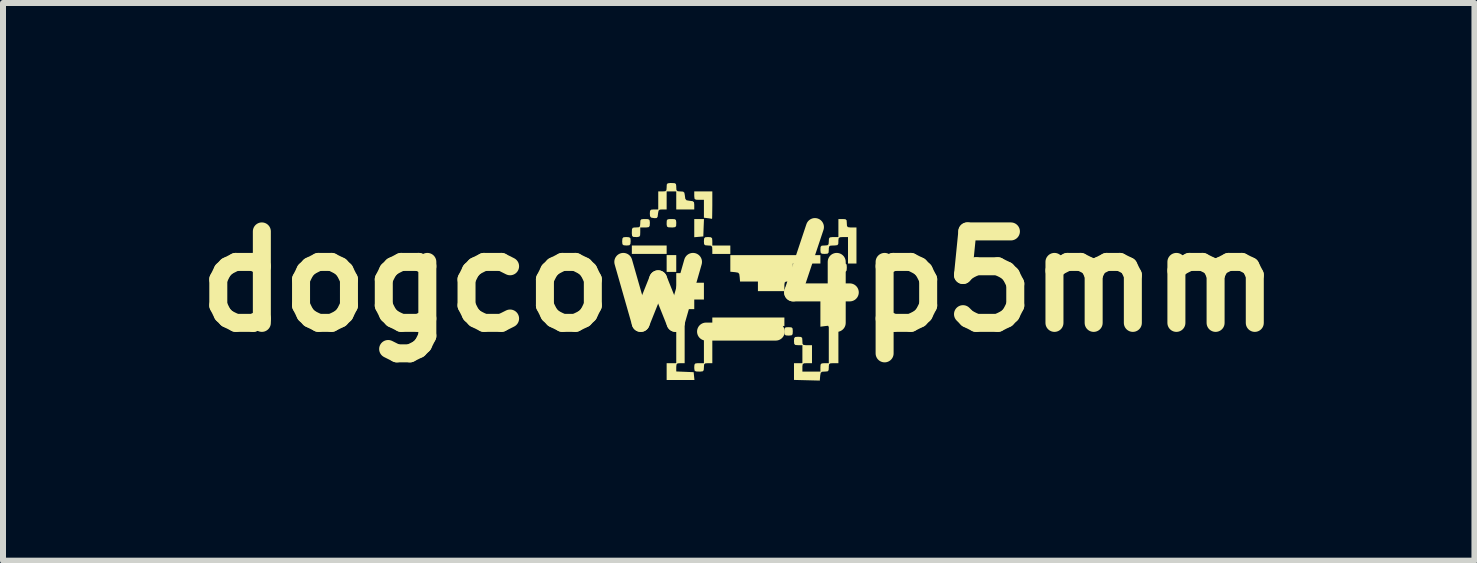
<source format=kicad_pcb>
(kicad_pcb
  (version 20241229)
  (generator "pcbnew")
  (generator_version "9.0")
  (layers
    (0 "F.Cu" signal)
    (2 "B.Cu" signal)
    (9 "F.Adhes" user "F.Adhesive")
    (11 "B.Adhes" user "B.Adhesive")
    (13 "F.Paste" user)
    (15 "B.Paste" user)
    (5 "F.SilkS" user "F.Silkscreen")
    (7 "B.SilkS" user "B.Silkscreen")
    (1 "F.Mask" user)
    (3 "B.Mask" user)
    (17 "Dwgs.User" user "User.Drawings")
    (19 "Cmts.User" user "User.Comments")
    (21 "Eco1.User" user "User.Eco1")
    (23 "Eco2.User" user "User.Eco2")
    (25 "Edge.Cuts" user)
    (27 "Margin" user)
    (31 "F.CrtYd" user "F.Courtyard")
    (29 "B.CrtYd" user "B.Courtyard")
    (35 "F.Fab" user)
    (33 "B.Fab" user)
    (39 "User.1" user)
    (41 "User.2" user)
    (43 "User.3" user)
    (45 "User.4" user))
  (footprint "dogcow_4p5mm"
    (layer "F.Cu")
    (at 9.26 1.641)
    (property "Reference" "dogcow_4p5mm" (at 0 0 0) (layer "F.SilkS") (effects (font (size 1.524 1.524) (thickness 0.3))))
    (attr board_only exclude_from_pos_files exclude_from_bom)
    (fp_poly (pts (xy -1.201 -0.46) (xy -1.781 -0.46) (xy -1.781 -0.6) (xy -1.201 -0.6)) (stroke (width 0) (type solid)) (fill yes) (layer "F.SilkS"))
    (fp_poly (pts (xy -1.041 -0.16) (xy -1.201 -0.16) (xy -1.201 -0.44) (xy -1.041 -0.44)) (stroke (width 0) (type solid)) (fill yes) (layer "F.SilkS"))
    (fp_poly (pts (xy 0.761 0.741) (xy -0.44 0.741) (xy -0.44 0.6) (xy 0.761 0.6)) (stroke (width 0) (type solid)) (fill yes) (layer "F.SilkS"))
    (fp_poly (pts (xy -0.585 -0.896) (xy -0.59 -0.751) (xy -0.741 -0.738) (xy -0.741 -1.041) (xy -0.579 -1.041)) (stroke (width 0) (type solid)) (fill yes) (layer "F.SilkS"))
    (fp_poly (pts (xy 1.501 0.736) (xy 1.431 0.744) (xy 1.361 0.753) (xy 1.361 0.16) (xy 1.501 0.16)) (stroke (width 0) (type solid)) (fill yes) (layer "F.SilkS"))
    (fp_poly (pts (xy 1.661 0.16) (xy 1.595 0.16) (xy 1.545 0.156) (xy 1.515 0.148) (xy 1.515 0.147) (xy 1.508 0.121) (xy 1.503 0.068) (xy 1.501 -0.003) (xy 1.501 -0.14) (xy 1.661 -0.14)) (stroke (width 0) (type solid)) (fill yes) (layer "F.SilkS"))
    (fp_poly (pts (xy 1.798 -0.283) (xy 1.801 -0.24) (xy 1.801 -0.231) (xy 1.798 -0.184) (xy 1.782 -0.164) (xy 1.739 -0.16) (xy 1.73 -0.16) (xy 1.683 -0.163) (xy 1.665 -0.178) (xy 1.664 -0.217) (xy 1.665 -0.225) (xy 1.675 -0.271) (xy 1.701 -0.291) (xy 1.736 -0.297) (xy 1.78 -0.298)) (stroke (width 0) (type solid)) (fill yes) (layer "F.SilkS"))
    (fp_poly (pts (xy -1.825 -0.737) (xy -1.805 -0.72) (xy -1.801 -0.676) (xy -1.801 -0.671) (xy -1.805 -0.624) (xy -1.822 -0.604) (xy -1.866 -0.6) (xy -1.871 -0.6) (xy -1.918 -0.604) (xy -1.938 -0.621) (xy -1.942 -0.665) (xy -1.942 -0.671) (xy -1.938 -0.717) (xy -1.921 -0.737) (xy -1.877 -0.741) (xy -1.871 -0.741)) (stroke (width 0) (type solid)) (fill yes) (layer "F.SilkS"))
    (fp_poly (pts (xy -1.07 -1.039) (xy -1.047 -1.026) (xy -1.041 -0.991) (xy -1.041 -0.971) (xy -1.043 -0.926) (xy -1.058 -0.906) (xy -1.097 -0.901) (xy -1.121 -0.901) (xy -1.172 -0.903) (xy -1.195 -0.916) (xy -1.201 -0.95) (xy -1.201 -0.971) (xy -1.199 -1.016) (xy -1.184 -1.036) (xy -1.145 -1.041) (xy -1.121 -1.041)) (stroke (width 0) (type solid)) (fill yes) (layer "F.SilkS"))
    (fp_poly (pts (xy 0.878 0.764) (xy 0.897 0.781) (xy 0.901 0.825) (xy 0.901 0.831) (xy 0.898 0.878) (xy 0.88 0.897) (xy 0.836 0.901) (xy 0.831 0.901) (xy 0.784 0.898) (xy 0.764 0.88) (xy 0.761 0.836) (xy 0.761 0.831) (xy 0.764 0.784) (xy 0.781 0.764) (xy 0.825 0.761) (xy 0.831 0.761)) (stroke (width 0) (type solid)) (fill yes) (layer "F.SilkS"))
    (fp_poly (pts (xy -0.44 -1.271) (xy -0.441 -1.181) (xy -0.442 -1.108) (xy -0.443 -1.06) (xy -0.445 -1.044) (xy -0.466 -1.048) (xy -0.511 -1.055) (xy -0.515 -1.055) (xy -0.58 -1.063) (xy -0.58 -1.361) (xy -0.661 -1.361) (xy -0.712 -1.363) (xy -0.735 -1.376) (xy -0.74 -1.41) (xy -0.741 -1.431) (xy -0.741 -1.501) (xy -0.44 -1.501)) (stroke (width 0) (type solid)) (fill yes) (layer "F.SilkS"))
    (fp_poly (pts (xy 1.361 -0.3) (xy 0.901 -0.3) (xy 0.901 0) (xy 0.831 0) (xy 0.786 0.002) (xy 0.766 0.017) (xy 0.761 0.056) (xy 0.761 0.08) (xy 0.761 0.16) (xy 0.32 0.16) (xy 0.32 0) (xy 0.022 0) (xy 0.016 -0.075) (xy 0.009 -0.125) (xy -0.01 -0.147) (xy -0.055 -0.155) (xy -0.065 -0.156) (xy -0.14 -0.163) (xy -0.14 -0.44) (xy 1.361 -0.44)) (stroke (width 0) (type solid)) (fill yes) (layer "F.SilkS"))
    (fp_poly (pts (xy -0.741 0.02) (xy -0.58 0.02) (xy -0.58 0.3) (xy -0.741 0.3) (xy -0.741 0.46) (xy -0.901 0.46) (xy -0.901 1.361) (xy -0.971 1.361) (xy -1.018 1.364) (xy -1.037 1.382) (xy -1.041 1.425) (xy -1.041 1.43) (xy -1.041 1.499) (xy -0.896 1.505) (xy -0.751 1.511) (xy -0.738 1.641) (xy -1.201 1.641) (xy -1.201 1.361) (xy -1.041 1.361) (xy -1.041 -0.14) (xy -0.741 -0.14)) (stroke (width 0) (type solid)) (fill yes) (layer "F.SilkS"))
    (fp_poly (pts (xy -0.463 -0.737) (xy -0.444 -0.72) (xy -0.44 -0.676) (xy -0.44 -0.671) (xy -0.44 -0.6) (xy -0.14 -0.6) (xy -0.14 -0.46) (xy -0.44 -0.46) (xy -0.44 -0.53) (xy -0.443 -0.577) (xy -0.461 -0.597) (xy -0.505 -0.6) (xy -0.51 -0.6) (xy -0.557 -0.604) (xy -0.577 -0.621) (xy -0.58 -0.665) (xy -0.58 -0.671) (xy -0.577 -0.717) (xy -0.56 -0.737) (xy -0.516 -0.741) (xy -0.51 -0.741)) (stroke (width 0) (type solid)) (fill yes) (layer "F.SilkS"))
    (fp_poly (pts (xy -0.44 1.361) (xy -0.51 1.361) (xy -0.557 1.364) (xy -0.577 1.382) (xy -0.58 1.426) (xy -0.58 1.431) (xy -0.583 1.476) (xy -0.598 1.496) (xy -0.637 1.501) (xy -0.661 1.501) (xy -0.712 1.499) (xy -0.735 1.486) (xy -0.74 1.452) (xy -0.741 1.431) (xy -0.738 1.386) (xy -0.723 1.366) (xy -0.684 1.361) (xy -0.661 1.361) (xy -0.58 1.361) (xy -0.58 0.761) (xy -0.44 0.761)) (stroke (width 0) (type solid)) (fill yes) (layer "F.SilkS"))
    (fp_poly (pts (xy -1.51 -1.039) (xy -1.487 -1.026) (xy -1.481 -0.991) (xy -1.481 -0.971) (xy -1.484 -0.926) (xy -1.499 -0.906) (xy -1.538 -0.901) (xy -1.561 -0.901) (xy -1.641 -0.901) (xy -1.641 -0.821) (xy -1.643 -0.769) (xy -1.657 -0.747) (xy -1.691 -0.741) (xy -1.711 -0.741) (xy -1.756 -0.743) (xy -1.776 -0.758) (xy -1.781 -0.797) (xy -1.781 -0.821) (xy -1.779 -0.872) (xy -1.766 -0.895) (xy -1.732 -0.901) (xy -1.711 -0.901) (xy -1.664 -0.904) (xy -1.645 -0.921) (xy -1.641 -0.965) (xy -1.641 -0.971) (xy -1.639 -1.016) (xy -1.624 -1.036) (xy -1.585 -1.041) (xy -1.561 -1.041)) (stroke (width 0) (type solid)) (fill yes) (layer "F.SilkS"))
    (fp_poly (pts (xy 1.778 -1.038) (xy 1.798 -1.02) (xy 1.801 -0.976) (xy 1.801 -0.971) (xy 1.804 -0.926) (xy 1.819 -0.906) (xy 1.858 -0.901) (xy 1.881 -0.901) (xy 1.962 -0.901) (xy 1.962 -0.3) (xy 1.821 -0.3) (xy 1.821 -0.741) (xy 1.741 -0.741) (xy 1.69 -0.738) (xy 1.667 -0.725) (xy 1.661 -0.691) (xy 1.661 -0.671) (xy 1.659 -0.626) (xy 1.644 -0.606) (xy 1.605 -0.601) (xy 1.581 -0.6) (xy 1.53 -0.598) (xy 1.507 -0.585) (xy 1.501 -0.551) (xy 1.501 -0.53) (xy 1.498 -0.483) (xy 1.481 -0.464) (xy 1.436 -0.46) (xy 1.431 -0.46) (xy 1.384 -0.463) (xy 1.365 -0.481) (xy 1.361 -0.525) (xy 1.361 -0.53) (xy 1.364 -0.577) (xy 1.382 -0.597) (xy 1.426 -0.6) (xy 1.431 -0.6) (xy 1.478 -0.604) (xy 1.497 -0.621) (xy 1.501 -0.665) (xy 1.501 -0.671) (xy 1.504 -0.715) (xy 1.519 -0.735) (xy 1.558 -0.74) (xy 1.581 -0.741) (xy 1.661 -0.741) (xy 1.661 -1.041) (xy 1.731 -1.041)) (stroke (width 0) (type solid)) (fill yes) (layer "F.SilkS"))
    (fp_poly (pts (xy -1.07 -1.639) (xy -1.047 -1.626) (xy -1.041 -1.592) (xy -1.041 -1.571) (xy -1.038 -1.524) (xy -1.02 -1.505) (xy -0.977 -1.501) (xy -0.972 -1.501) (xy -0.927 -1.498) (xy -0.906 -1.48) (xy -0.898 -1.437) (xy -0.897 -1.426) (xy -0.89 -1.377) (xy -0.87 -1.354) (xy -0.826 -1.346) (xy -0.816 -1.345) (xy -0.766 -1.338) (xy -0.745 -1.32) (xy -0.741 -1.28) (xy -0.741 -1.27) (xy -0.741 -1.201) (xy -1.041 -1.201) (xy -1.041 -1.501) (xy -1.201 -1.501) (xy -1.201 -1.201) (xy -1.27 -1.201) (xy -1.315 -1.198) (xy -1.336 -1.18) (xy -1.344 -1.137) (xy -1.345 -1.126) (xy -1.352 -1.077) (xy -1.368 -1.057) (xy -1.405 -1.056) (xy -1.416 -1.057) (xy -1.46 -1.065) (xy -1.478 -1.088) (xy -1.481 -1.132) (xy -1.478 -1.178) (xy -1.46 -1.197) (xy -1.416 -1.201) (xy -1.411 -1.201) (xy -1.341 -1.201) (xy -1.341 -1.501) (xy -1.271 -1.501) (xy -1.224 -1.504) (xy -1.205 -1.522) (xy -1.201 -1.566) (xy -1.201 -1.571) (xy -1.199 -1.616) (xy -1.184 -1.636) (xy -1.145 -1.641) (xy -1.121 -1.641)) (stroke (width 0) (type solid)) (fill yes) (layer "F.SilkS"))
    (fp_poly (pts (xy 1.661 1.361) (xy 1.581 1.361) (xy 1.53 1.363) (xy 1.507 1.376) (xy 1.501 1.41) (xy 1.501 1.431) (xy 1.498 1.478) (xy 1.481 1.497) (xy 1.437 1.501) (xy 1.432 1.501) (xy 1.387 1.504) (xy 1.366 1.522) (xy 1.358 1.565) (xy 1.357 1.576) (xy 1.351 1.651) (xy 0.921 1.64) (xy 0.921 1.361) (xy 1.061 1.361) (xy 1.061 1.061) (xy 0.991 1.061) (xy 0.944 1.058) (xy 0.925 1.04) (xy 0.921 0.996) (xy 0.921 0.991) (xy 0.924 0.944) (xy 0.941 0.925) (xy 0.985 0.921) (xy 0.991 0.921) (xy 1.038 0.924) (xy 1.057 0.941) (xy 1.061 0.985) (xy 1.061 0.991) (xy 1.063 1.036) (xy 1.078 1.056) (xy 1.117 1.061) (xy 1.141 1.061) (xy 1.221 1.061) (xy 1.221 1.361) (xy 1.141 1.361) (xy 1.09 1.363) (xy 1.067 1.376) (xy 1.061 1.41) (xy 1.061 1.431) (xy 1.061 1.501) (xy 1.361 1.501) (xy 1.361 1.431) (xy 1.364 1.384) (xy 1.382 1.365) (xy 1.426 1.361) (xy 1.431 1.361) (xy 1.501 1.361) (xy 1.501 0.761) (xy 1.661 0.761)) (stroke (width 0) (type solid)) (fill yes) (layer "F.SilkS")))
  (gr_rect
    (start -3 -3)
    (end 21.52 6.293)
    (stroke (width 0.1) (type default))
    (fill no)
    (layer "Edge.Cuts")))
</source>
